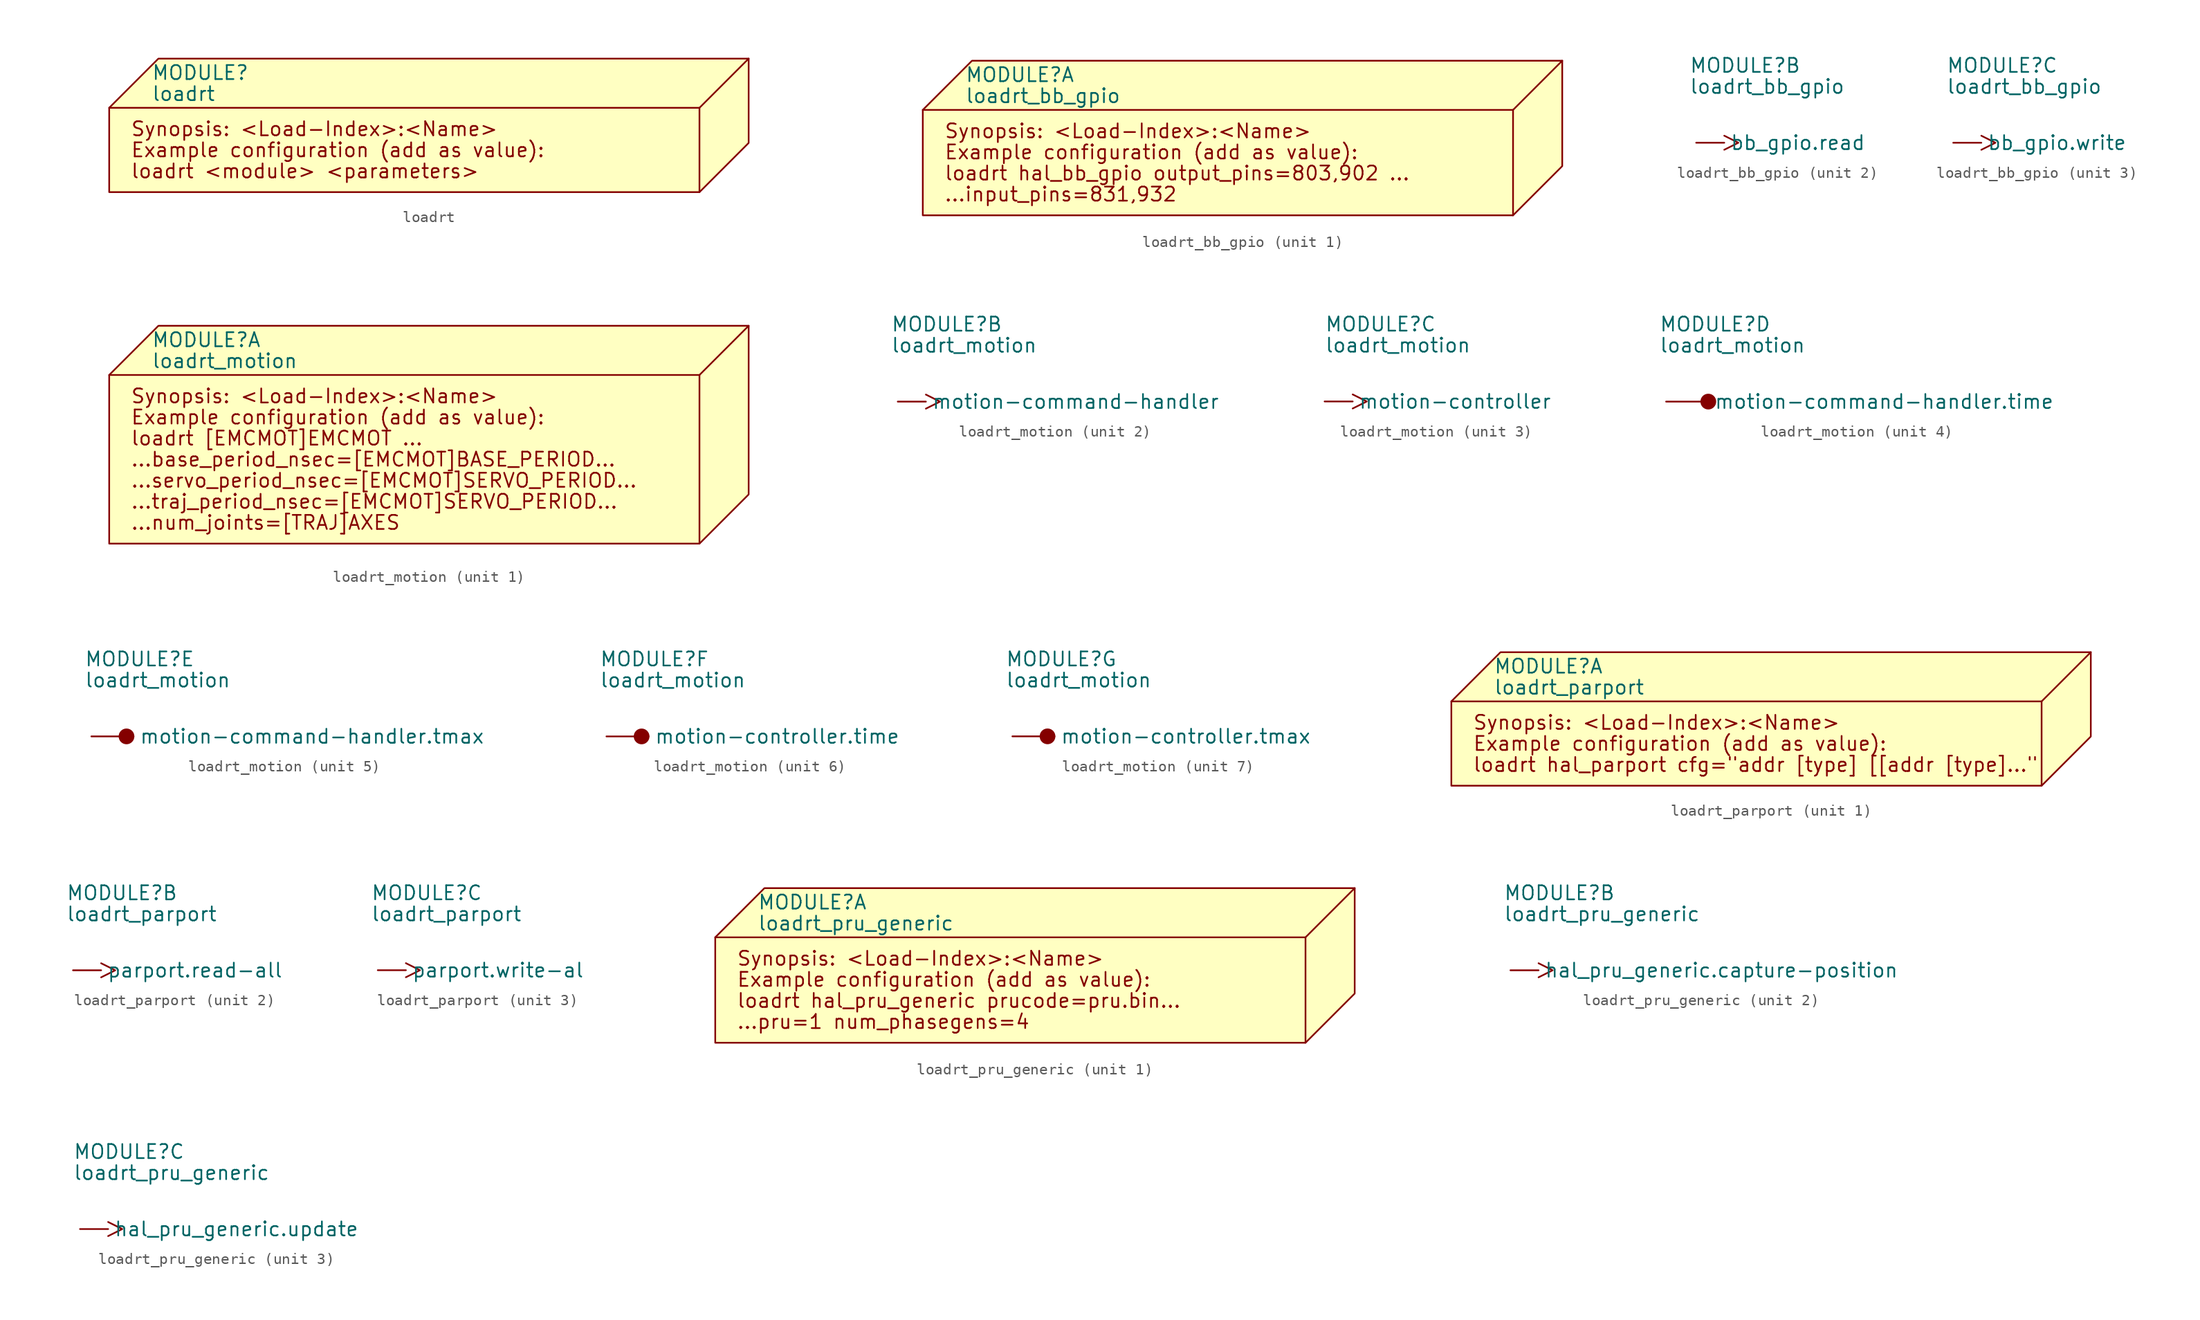
<source format=kicad_sym>
(kicad_symbol_lib
  (version 20220914)
  (generator kicad_symbol_editor)
  (symbol "loadrt"
    (property "Reference" "MODULE"
      (at -11.43 6.985 0)
      (effects (font (size 1.27 1.27)) (justify left)))
    (property "Value" "loadrt"
      (at -11.43 5.08 0)
      (effects (font (size 1.27 1.27)) (justify left)))
    (symbol "loadrt_0_0"
      (rectangle (start -15.24 3.81) (end 38.1 -3.81) (stroke (width 0.152) (type default)) (fill (type background)))
      (polyline (pts (xy 38.1 3.81) (xy 42.545 8.255)) (stroke (width 0.152) (type default)) (fill (type none)))
      (polyline (pts (xy -15.24 3.81) (xy -10.795 8.255) (xy 42.545 8.255) (xy 42.545 0.635) (xy 38.1 -3.81)) (stroke (width 0.152) (type default)) (fill (type background)))
      (text "Example configuration (add as value):" (at -13.335 0 0) (effects (font (size 1.27 1.27)) (justify left)))
      (text "loadrt <module> <parameters>" (at -13.335 -1.905 0) (effects (font (size 1.27 1.27)) (justify left)))
      (text "Synopsis: <Load-Index>:<Name>" (at -13.335 1.905 0) (effects (font (size 1.27 1.27)) (justify left)))))
  (symbol "loadrt_bb_gpio"
    (pin_numbers hide)
    (property "Reference" "MODULE"
      (at -11.43 6.985 0)
      (effects (font (size 1.27 1.27)) (justify left)))
    (property "Value" "loadrt_bb_gpio"
      (at -11.43 5.08 0)
      (effects (font (size 1.27 1.27)) (justify left)))
    (property "ki_locked" ""
      (at 0 0 0)
      (effects (font (size 1.27 1.27))))
    (symbol "loadrt_bb_gpio_1_0"
      (rectangle (start -15.24 3.81) (end 38.1 -5.715) (stroke (width 0.152) (type default)) (fill (type background)))
      (polyline (pts (xy 38.1 3.81) (xy 42.545 8.255)) (stroke (width 0.152) (type default)) (fill (type none)))
      (polyline (pts (xy -15.24 3.81) (xy -10.795 8.255) (xy 42.545 8.255) (xy 42.545 -1.27) (xy 38.1 -5.715)) (stroke (width 0.152) (type default)) (fill (type background))))
    (symbol "loadrt_bb_gpio_1_1"
      (text "...input_pins=831,932" (at -13.335 -3.81 0) (effects (font (size 1.27 1.27)) (justify left)))
      (text "Example configuration (add as value):" (at -13.335 0 0) (effects (font (size 1.27 1.27)) (justify left)))
      (text "loadrt hal_bb_gpio output_pins=803,902 ..." (at -13.335 -1.905 0) (effects (font (size 1.27 1.27)) (justify left)))
      (text "Synopsis: <Load-Index>:<Name>" (at -13.335 1.905 0) (effects (font (size 1.27 1.27)) (justify left))))
    (symbol "loadrt_bb_gpio_2_1"
      (pin input clock (at -10.795 0 0) (length 2.54) (name "bb_gpio.read" (effects (font (size 1.27 1.27)))) (number "1" (effects (font (size 1.27 1.27))))))
    (symbol "loadrt_bb_gpio_3_1"
      (pin input clock (at -10.795 0 0) (length 2.54) (name "bb_gpio.write" (effects (font (size 1.27 1.27)))) (number "2" (effects (font (size 1.27 1.27)))))))
  (symbol "loadrt_motion"
    (pin_numbers hide)
    (property "Reference" "MODULE"
      (at -11.43 6.985 0)
      (effects (font (size 1.27 1.27)) (justify left)))
    (property "Value" "loadrt_motion"
      (at -11.43 5.08 0)
      (effects (font (size 1.27 1.27)) (justify left)))
    (property "ki_locked" ""
      (at 0 0 0)
      (effects (font (size 1.27 1.27))))
    (symbol "loadrt_motion_1_0"
      (rectangle (start -15.24 3.81) (end 38.1 -11.43) (stroke (width 0.152) (type default)) (fill (type background)))
      (polyline (pts (xy 38.1 3.81) (xy 42.545 8.255)) (stroke (width 0.152) (type default)) (fill (type none)))
      (polyline (pts (xy -15.24 3.81) (xy -10.795 8.255) (xy 42.545 8.255) (xy 42.545 -6.985) (xy 38.1 -11.43)) (stroke (width 0.152) (type default)) (fill (type background))))
    (symbol "loadrt_motion_1_1"
      (text "...base_period_nsec=[EMCMOT]BASE_PERIOD..." (at -13.335 -3.81 0) (effects (font (size 1.27 1.27)) (justify left)))
      (text "...num_joints=[TRAJ]AXES" (at -13.335 -9.525 0) (effects (font (size 1.27 1.27)) (justify left)))
      (text "...servo_period_nsec=[EMCMOT]SERVO_PERIOD..." (at -13.335 -5.715 0) (effects (font (size 1.27 1.27)) (justify left)))
      (text "...traj_period_nsec=[EMCMOT]SERVO_PERIOD..." (at -13.335 -7.62 0) (effects (font (size 1.27 1.27)) (justify left)))
      (text "Example configuration (add as value):" (at -13.335 0 0) (effects (font (size 1.27 1.27)) (justify left)))
      (text "loadrt [EMCMOT]EMCMOT ..." (at -13.335 -1.905 0) (effects (font (size 1.27 1.27)) (justify left)))
      (text "Synopsis: <Load-Index>:<Name>" (at -13.335 1.905 0) (effects (font (size 1.27 1.27)) (justify left))))
    (symbol "loadrt_motion_2_1"
      (pin input clock (at -10.795 0 0) (length 2.54) (name "motion-command-handler" (effects (font (size 1.27 1.27)))) (number "1" (effects (font (size 1.27 1.27))))))
    (symbol "loadrt_motion_3_1"
      (pin input clock (at -11.43 0 0) (length 2.54) (name "motion-controller" (effects (font (size 1.27 1.27)))) (number "2" (effects (font (size 1.27 1.27))))))
    (symbol "loadrt_motion_4_0"
      (circle (center -6.985 0) (radius 0.635) (stroke (width 0.152) (type default)) (fill (type outline))))
    (symbol "loadrt_motion_4_1"
      (pin output line (at -10.795 0 0) (length 3.81) (name "motion-command-handler.time" (effects (font (size 1.27 1.27)))) (number "3" (effects (font (size 1.27 1.27))))))
    (symbol "loadrt_motion_5_0"
      (circle (center -7.62 0) (radius 0.635) (stroke (width 0.152) (type default)) (fill (type outline))))
    (symbol "loadrt_motion_5_1"
      (pin bidirectional line (at -10.795 0 0) (length 3.81) (name "motion-command-handler.tmax" (effects (font (size 1.27 1.27)))) (number "4" (effects (font (size 1.27 1.27))))))
    (symbol "loadrt_motion_6_0"
      (circle (center -7.62 0) (radius 0.635) (stroke (width 0.152) (type default)) (fill (type outline))))
    (symbol "loadrt_motion_6_1"
      (pin output line (at -10.795 0 0) (length 3.81) (name "motion-controller.time" (effects (font (size 1.27 1.27)))) (number "5" (effects (font (size 1.27 1.27))))))
    (symbol "loadrt_motion_7_0"
      (circle (center -7.62 0) (radius 0.635) (stroke (width 0.152) (type default)) (fill (type outline))))
    (symbol "loadrt_motion_7_1"
      (pin bidirectional line (at -10.795 0 0) (length 3.81) (name "motion-controller.tmax" (effects (font (size 1.27 1.27)))) (number "6" (effects (font (size 1.27 1.27)))))))
  (symbol "loadrt_parport"
    (pin_numbers hide)
    (property "Reference" "MODULE"
      (at -11.43 6.985 0)
      (effects (font (size 1.27 1.27)) (justify left)))
    (property "Value" "loadrt_parport"
      (at -11.43 5.08 0)
      (effects (font (size 1.27 1.27)) (justify left)))
    (property "ki_locked" ""
      (at 0 0 0)
      (effects (font (size 1.27 1.27))))
    (symbol "loadrt_parport_1_0"
      (rectangle (start -15.24 3.81) (end 38.1 -3.81) (stroke (width 0.152) (type default)) (fill (type background)))
      (polyline (pts (xy 38.1 3.81) (xy 42.545 8.255)) (stroke (width 0.152) (type default)) (fill (type none)))
      (polyline (pts (xy -15.24 3.81) (xy -10.795 8.255) (xy 42.545 8.255) (xy 42.545 0.635) (xy 38.1 -3.81)) (stroke (width 0.152) (type default)) (fill (type background))))
    (symbol "loadrt_parport_1_1"
      (text "Example configuration (add as value):" (at -13.335 0 0) (effects (font (size 1.27 1.27)) (justify left)))
      (text "loadrt hal_parport cfg=\"addr [type] [[addr [type]...\"" (at -13.335 -1.905 0) (effects (font (size 1.27 1.27)) (justify left)))
      (text "Synopsis: <Load-Index>:<Name>" (at -13.335 1.905 0) (effects (font (size 1.27 1.27)) (justify left))))
    (symbol "loadrt_parport_2_1"
      (pin input clock (at -10.795 0 0) (length 2.54) (name "parport.read-all" (effects (font (size 1.27 1.27)))) (number "1" (effects (font (size 1.27 1.27))))))
    (symbol "loadrt_parport_3_1"
      (pin input clock (at -10.795 0 0) (length 2.54) (name "parport.write-al" (effects (font (size 1.27 1.27)))) (number "2" (effects (font (size 1.27 1.27)))))))
  (symbol "loadrt_pru_generic"
    (pin_numbers hide)
    (property "Reference" "MODULE"
      (at -11.43 6.985 0)
      (effects (font (size 1.27 1.27)) (justify left)))
    (property "Value" "loadrt_pru_generic"
      (at -11.43 5.08 0)
      (effects (font (size 1.27 1.27)) (justify left)))
    (property "ki_locked" ""
      (at 0 0 0)
      (effects (font (size 1.27 1.27))))
    (symbol "loadrt_pru_generic_1_0"
      (rectangle (start -15.24 3.81) (end 38.1 -5.715) (stroke (width 0.152) (type default)) (fill (type background)))
      (polyline (pts (xy 38.1 3.81) (xy 42.545 8.255)) (stroke (width 0.152) (type default)) (fill (type none)))
      (polyline (pts (xy -15.24 3.81) (xy -10.795 8.255) (xy 42.545 8.255) (xy 42.545 -1.27) (xy 38.1 -5.715)) (stroke (width 0.152) (type default)) (fill (type background))))
    (symbol "loadrt_pru_generic_1_1"
      (text "...pru=1 num_phasegens=4" (at -13.335 -3.81 0) (effects (font (size 1.27 1.27)) (justify left)))
      (text "Example configuration (add as value):" (at -13.335 0 0) (effects (font (size 1.27 1.27)) (justify left)))
      (text "loadrt hal_pru_generic prucode=pru.bin... " (at -13.335 -1.905 0) (effects (font (size 1.27 1.27)) (justify left)))
      (text "Synopsis: <Load-Index>:<Name>" (at -13.335 1.905 0) (effects (font (size 1.27 1.27)) (justify left))))
    (symbol "loadrt_pru_generic_2_1"
      (pin input clock (at -10.795 0 0) (length 2.54) (name "hal_pru_generic.capture-position" (effects (font (size 1.27 1.27)))) (number "1" (effects (font (size 1.27 1.27))))))
    (symbol "loadrt_pru_generic_3_1"
      (pin input clock (at -10.795 0 0) (length 2.54) (name "hal_pru_generic.update" (effects (font (size 1.27 1.27)))) (number "2" (effects (font (size 1.27 1.27))))))))
</source>
